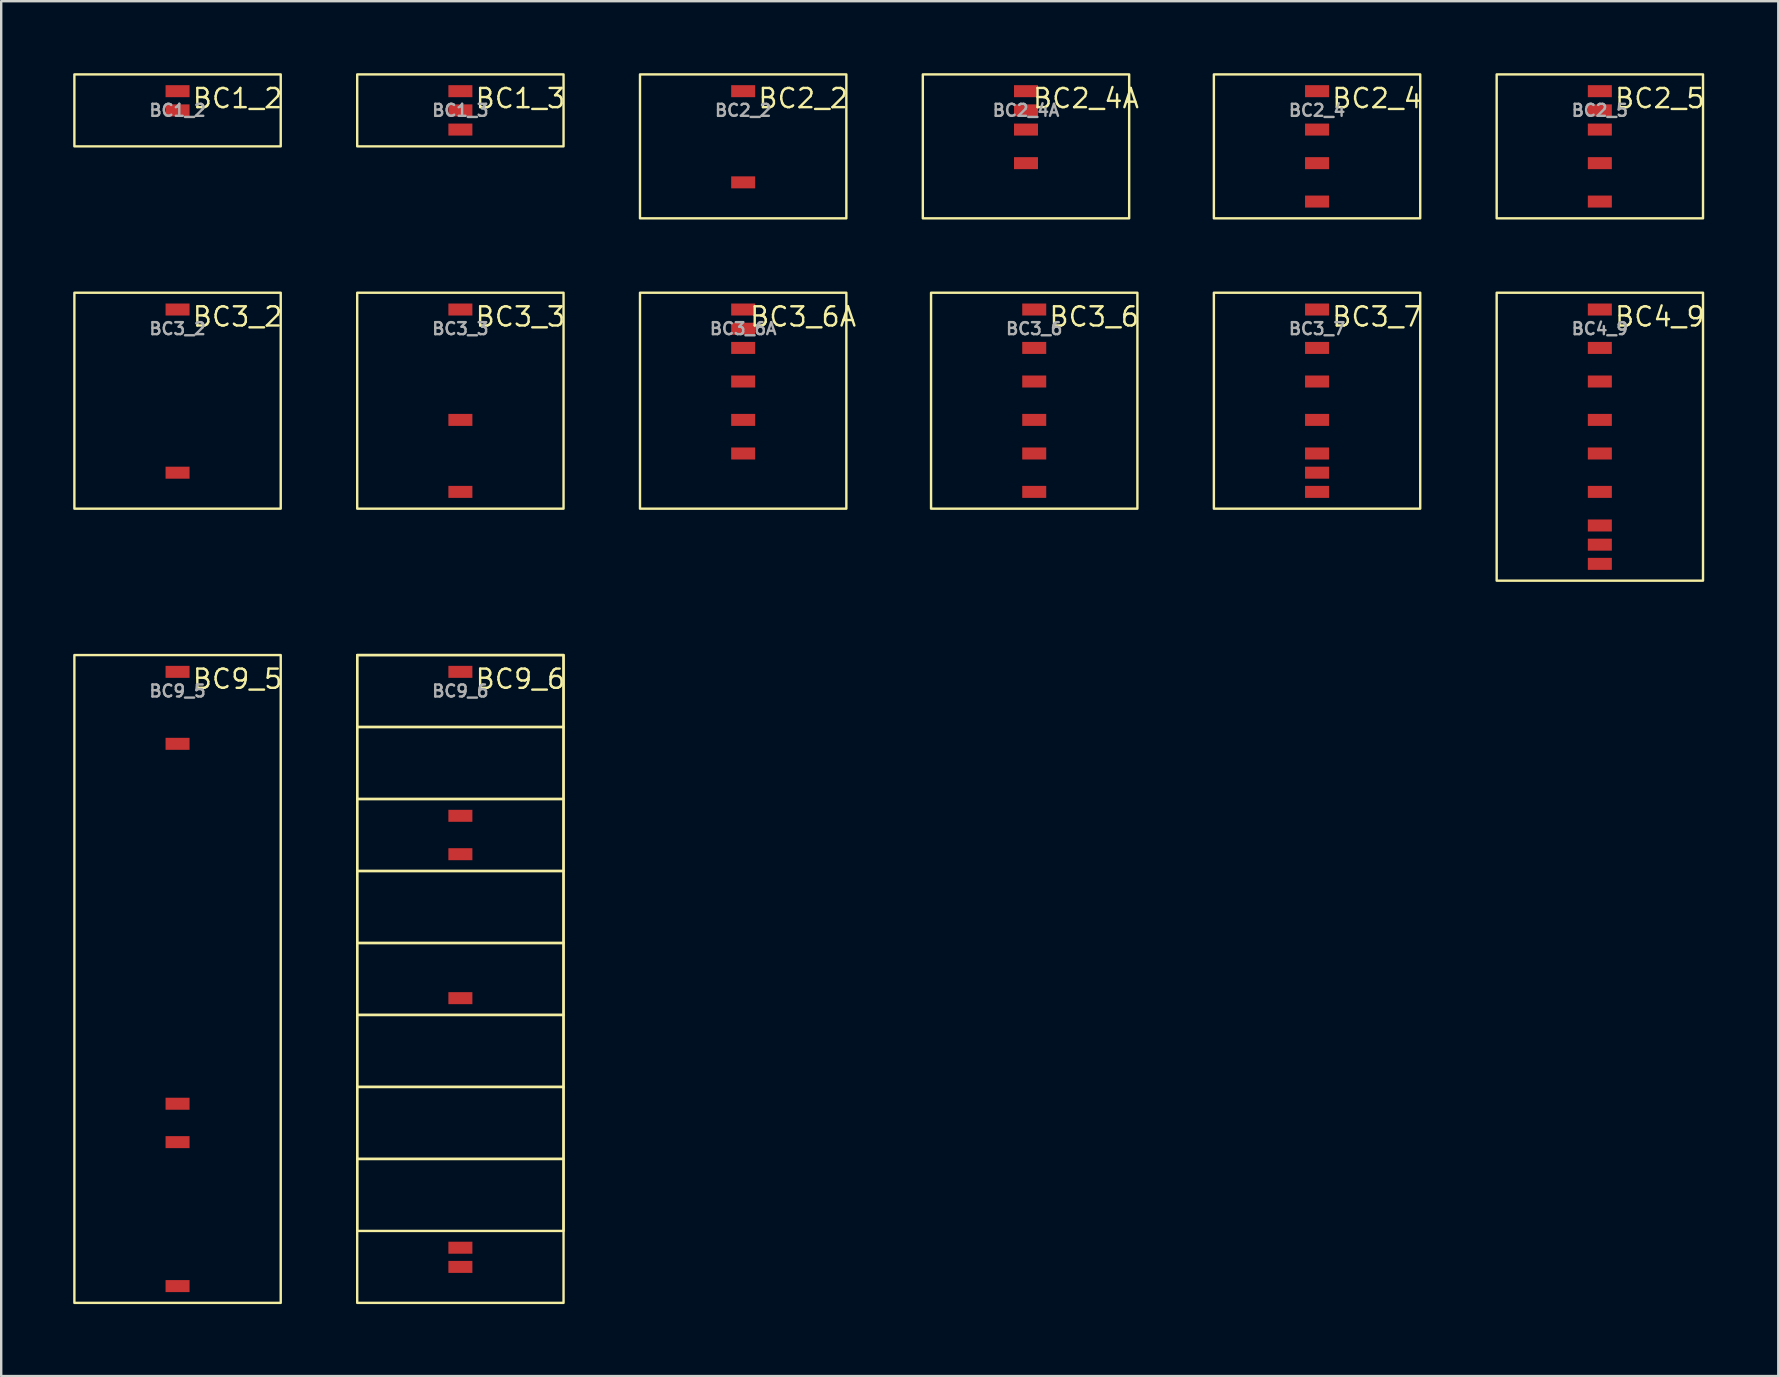
<source format=kicad_pcb>
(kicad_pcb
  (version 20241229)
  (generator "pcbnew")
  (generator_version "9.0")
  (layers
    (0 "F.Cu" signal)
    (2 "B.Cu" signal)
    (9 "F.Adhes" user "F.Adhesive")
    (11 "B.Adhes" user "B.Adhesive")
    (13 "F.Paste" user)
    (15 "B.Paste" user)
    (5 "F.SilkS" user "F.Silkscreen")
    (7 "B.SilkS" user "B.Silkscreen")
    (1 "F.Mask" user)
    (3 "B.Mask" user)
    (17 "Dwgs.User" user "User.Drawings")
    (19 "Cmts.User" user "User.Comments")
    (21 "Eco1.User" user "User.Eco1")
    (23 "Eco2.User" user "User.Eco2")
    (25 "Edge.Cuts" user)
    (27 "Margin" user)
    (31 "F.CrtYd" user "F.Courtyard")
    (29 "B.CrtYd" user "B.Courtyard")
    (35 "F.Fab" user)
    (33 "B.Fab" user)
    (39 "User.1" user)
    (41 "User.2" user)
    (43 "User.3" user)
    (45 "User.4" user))
  (footprint "BC4_9"
    (layer "F.Cu")
    (at 63.626 10.65)
    (property "Reference" "BC4_9" (at 2.5 -0.5 0) (unlocked yes) (layer "F.SilkS") (effects (font (size 0.8 0.8) (thickness 0.1))))
    (attr smd)
    (fp_rect (start -4.3 -1.5) (end 4.3 10.5) (stroke (width 0.1) (type default)) (fill no) (layer "F.SilkS"))
    (fp_text user "${REFERENCE}" (at 0 0 0) (unlocked yes) (layer "F.Fab") (effects (font (size 0.5 0.5) (thickness 0.1) (bold yes))))
    (pad "1" smd rect (at 0 -0.8) (size 1 0.5) (layers "F.Cu" "F.Mask" "F.Paste"))
    (pad "2" smd rect (at 0 0.8) (size 1 0.5) (layers "F.Cu" "F.Mask" "F.Paste"))
    (pad "3" smd rect (at 0 2.2) (size 1 0.5) (layers "F.Cu" "F.Mask" "F.Paste"))
    (pad "4" smd rect (at 0 3.8) (size 1 0.5) (layers "F.Cu" "F.Mask" "F.Paste"))
    (pad "5" smd rect (at 0 5.2) (size 1 0.5) (layers "F.Cu" "F.Mask" "F.Paste"))
    (pad "6" smd rect (at 0 6.8) (size 1 0.5) (layers "F.Cu" "F.Mask" "F.Paste"))
    (pad "7" smd rect (at 0 8.2) (size 1 0.5) (layers "F.Cu" "F.Mask" "F.Paste"))
    (pad "8" smd rect (at 0 9) (size 1 0.5) (layers "F.Cu" "F.Mask" "F.Paste"))
    (pad "9" smd rect (at 0 9.8) (size 1 0.5) (layers "F.Cu" "F.Mask" "F.Paste")))
  (footprint "BC3_3"
    (layer "F.Cu")
    (at 16.137 10.65)
    (property "Reference" "BC3_3" (at 2.5 -0.5 0) (unlocked yes) (layer "F.SilkS") (effects (font (size 0.8 0.8) (thickness 0.1))))
    (attr smd)
    (fp_rect (start -4.3 -1.5) (end 4.3 7.5) (stroke (width 0.1) (type default)) (fill no) (layer "F.SilkS"))
    (fp_text user "${REFERENCE}" (at 0 0 0) (unlocked yes) (layer "F.Fab") (effects (font (size 0.5 0.5) (thickness 0.1) (bold yes))))
    (pad "1" smd rect (at 0 -0.8) (size 1 0.5) (layers "F.Cu" "F.Mask" "F.Paste"))
    (pad "2" smd rect (at 0 3.8) (size 1 0.5) (layers "F.Cu" "F.Mask" "F.Paste"))
    (pad "3" smd rect (at 0 6.8) (size 1 0.5) (layers "F.Cu" "F.Mask" "F.Paste")))
  (footprint "BC2_4"
    (layer "F.Cu")
    (at 51.84 1.55)
    (property "Reference" "BC2_4" (at 2.5 -0.5 0) (unlocked yes) (layer "F.SilkS") (effects (font (size 0.8 0.8) (thickness 0.1))))
    (attr smd)
    (fp_rect (start -4.3 -1.5) (end 4.3 4.5) (stroke (width 0.1) (type default)) (fill no) (layer "F.SilkS"))
    (fp_text user "${REFERENCE}" (at 0 0 0) (unlocked yes) (layer "F.Fab") (effects (font (size 0.5 0.5) (thickness 0.1) (bold yes))))
    (pad "1" smd rect (at 0 -0.8) (size 1 0.5) (layers "F.Cu" "F.Mask" "F.Paste"))
    (pad "2" smd rect (at 0 0.8) (size 1 0.5) (layers "F.Cu" "F.Mask" "F.Paste"))
    (pad "3" smd rect (at 0 2.2) (size 1 0.5) (layers "F.Cu" "F.Mask" "F.Paste"))
    (pad "4" smd rect (at 0 3.8) (size 1 0.5) (layers "F.Cu" "F.Mask" "F.Paste")))
  (footprint "BC2_5"
    (layer "F.Cu")
    (at 63.626 1.55)
    (property "Reference" "BC2_5" (at 2.5 -0.5 0) (unlocked yes) (layer "F.SilkS") (effects (font (size 0.8 0.8) (thickness 0.1))))
    (attr smd)
    (fp_rect (start -4.3 -1.5) (end 4.3 4.5) (stroke (width 0.1) (type default)) (fill no) (layer "F.SilkS"))
    (fp_text user "${REFERENCE}" (at 0 0 0) (unlocked yes) (layer "F.Fab") (effects (font (size 0.5 0.5) (thickness 0.1) (bold yes))))
    (pad "1" smd rect (at 0 -0.8) (size 1 0.5) (layers "F.Cu" "F.Mask" "F.Paste"))
    (pad "2" smd rect (at 0 0) (size 1 0.5) (layers "F.Cu" "F.Mask" "F.Paste"))
    (pad "3" smd rect (at 0 0.8) (size 1 0.5) (layers "F.Cu" "F.Mask" "F.Paste"))
    (pad "4" smd rect (at 0 2.2) (size 1 0.5) (layers "F.Cu" "F.Mask" "F.Paste"))
    (pad "5" smd rect (at 0 3.8) (size 1 0.5) (layers "F.Cu" "F.Mask" "F.Paste")))
  (footprint "BC3_2"
    (layer "F.Cu")
    (at 4.35 10.65)
    (property "Reference" "BC3_2" (at 2.5 -0.5 0) (unlocked yes) (layer "F.SilkS") (effects (font (size 0.8 0.8) (thickness 0.1))))
    (attr smd)
    (fp_rect (start -4.3 -1.5) (end 4.3 7.5) (stroke (width 0.1) (type default)) (fill no) (layer "F.SilkS"))
    (fp_text user "${REFERENCE}" (at 0 0 0) (unlocked yes) (layer "F.Fab") (effects (font (size 0.5 0.5) (thickness 0.1) (bold yes))))
    (pad "1" smd rect (at 0 -0.8) (size 1 0.5) (layers "F.Cu" "F.Mask" "F.Paste"))
    (pad "2" smd rect (at 0 6) (size 1 0.5) (layers "F.Cu" "F.Mask" "F.Paste")))
  (footprint "BC9_6"
    (layer "F.Cu")
    (at 16.137 25.75)
    (property "Reference" "BC9_6" (at 2.5 -0.5 0) (unlocked yes) (layer "F.SilkS") (effects (font (size 0.8 0.8) (thickness 0.1))))
    (attr smd)
    (fp_rect (start -4.3 -1.5) (end 4.3 1.5) (stroke (width 0.1) (type default)) (fill no) (layer "F.SilkS"))
    (fp_rect (start -4.3 -1.5) (end 4.3 25.5) (stroke (width 0.1) (type default)) (fill no) (layer "F.SilkS"))
    (fp_rect (start -4.3 1.5) (end 4.3 4.5) (stroke (width 0.1) (type default)) (fill no) (layer "F.SilkS"))
    (fp_rect (start -4.3 4.5) (end 4.3 7.5) (stroke (width 0.1) (type default)) (fill no) (layer "F.SilkS"))
    (fp_rect (start -4.3 7.5) (end 4.3 10.5) (stroke (width 0.1) (type default)) (fill no) (layer "F.SilkS"))
    (fp_rect (start -4.3 10.5) (end 4.3 13.5) (stroke (width 0.1) (type default)) (fill no) (layer "F.SilkS"))
    (fp_rect (start -4.3 13.5) (end 4.3 16.5) (stroke (width 0.1) (type default)) (fill no) (layer "F.SilkS"))
    (fp_rect (start -4.3 16.5) (end 4.3 19.5) (stroke (width 0.1) (type default)) (fill no) (layer "F.SilkS"))
    (fp_rect (start -4.3 19.5) (end 4.3 22.5) (stroke (width 0.1) (type default)) (fill no) (layer "F.SilkS"))
    (fp_text user "${REFERENCE}" (at 0 0 0) (unlocked yes) (layer "F.Fab") (effects (font (size 0.5 0.5) (thickness 0.1) (bold yes))))
    (pad "1" smd rect (at 0 -0.8) (size 1 0.5) (layers "F.Cu" "F.Mask" "F.Paste"))
    (pad "2" smd rect (at 0 5.2) (size 1 0.5) (layers "F.Cu" "F.Mask" "F.Paste"))
    (pad "3" smd rect (at 0 6.8) (size 1 0.5) (layers "F.Cu" "F.Mask" "F.Paste"))
    (pad "4" smd rect (at 0 12.8) (size 1 0.5) (layers "F.Cu" "F.Mask" "F.Paste"))
    (pad "5" smd rect (at 0 23.2) (size 1 0.5) (layers "F.Cu" "F.Mask" "F.Paste"))
    (pad "6" smd rect (at 0 24) (size 1 0.5) (layers "F.Cu" "F.Mask" "F.Paste")))
  (footprint "BC2_2"
    (layer "F.Cu")
    (at 27.923 1.55)
    (property "Reference" "BC2_2" (at 2.5 -0.5 0) (unlocked yes) (layer "F.SilkS") (effects (font (size 0.8 0.8) (thickness 0.1))))
    (attr smd)
    (fp_rect (start -4.3 -1.5) (end 4.3 4.5) (stroke (width 0.1) (type default)) (fill no) (layer "F.SilkS"))
    (fp_text user "${REFERENCE}" (at 0 0 0) (unlocked yes) (layer "F.Fab") (effects (font (size 0.5 0.5) (thickness 0.1) (bold yes))))
    (pad "1" smd rect (at 0 -0.8) (size 1 0.5) (layers "F.Cu" "F.Mask" "F.Paste"))
    (pad "2" smd rect (at 0 3) (size 1 0.5) (layers "F.Cu" "F.Mask" "F.Paste")))
  (footprint "BC3_7"
    (layer "F.Cu")
    (at 51.84 10.65)
    (property "Reference" "BC3_7" (at 2.5 -0.5 0) (unlocked yes) (layer "F.SilkS") (effects (font (size 0.8 0.8) (thickness 0.1))))
    (attr smd)
    (fp_rect (start -4.3 -1.5) (end 4.3 7.5) (stroke (width 0.1) (type default)) (fill no) (layer "F.SilkS"))
    (fp_text user "${REFERENCE}" (at 0 0 0) (unlocked yes) (layer "F.Fab") (effects (font (size 0.5 0.5) (thickness 0.1) (bold yes))))
    (pad "1" smd rect (at 0 -0.8) (size 1 0.5) (layers "F.Cu" "F.Mask" "F.Paste"))
    (pad "2" smd rect (at 0 0.8) (size 1 0.5) (layers "F.Cu" "F.Mask" "F.Paste"))
    (pad "3" smd rect (at 0 2.2) (size 1 0.5) (layers "F.Cu" "F.Mask" "F.Paste"))
    (pad "4" smd rect (at 0 3.8) (size 1 0.5) (layers "F.Cu" "F.Mask" "F.Paste"))
    (pad "5" smd rect (at 0 5.2) (size 1 0.5) (layers "F.Cu" "F.Mask" "F.Paste"))
    (pad "6" smd rect (at 0 6) (size 1 0.5) (layers "F.Cu" "F.Mask" "F.Paste"))
    (pad "7" smd rect (at 0 6.8) (size 1 0.5) (layers "F.Cu" "F.Mask" "F.Paste")))
  (footprint "BC1_2"
    (layer "F.Cu")
    (at 4.35 1.55)
    (property "Reference" "BC1_2" (at 2.5 -0.5 0) (unlocked yes) (layer "F.SilkS") (effects (font (size 0.8 0.8) (thickness 0.1))))
    (attr smd)
    (fp_rect (start -4.3 -1.5) (end 4.3 1.5) (stroke (width 0.1) (type default)) (fill no) (layer "F.SilkS"))
    (fp_text user "${REFERENCE}" (at 0 0 0) (unlocked yes) (layer "F.Fab") (effects (font (size 0.5 0.5) (thickness 0.1) (bold yes))))
    (pad "1" smd rect (at 0 -0.8) (size 1 0.5) (layers "F.Cu" "F.Mask" "F.Paste"))
    (pad "2" smd rect (at 0 0) (size 1 0.5) (layers "F.Cu" "F.Mask" "F.Paste")))
  (footprint "BC3_6"
    (layer "F.Cu")
    (at 40.053 10.65)
    (property "Reference" "BC3_6" (at 2.5 -0.5 0) (unlocked yes) (layer "F.SilkS") (effects (font (size 0.8 0.8) (thickness 0.1))))
    (attr smd)
    (fp_rect (start -4.3 -1.5) (end 4.3 7.5) (stroke (width 0.1) (type default)) (fill no) (layer "F.SilkS"))
    (fp_text user "${REFERENCE}" (at 0 0 0) (unlocked yes) (layer "F.Fab") (effects (font (size 0.5 0.5) (thickness 0.1) (bold yes))))
    (pad "1" smd rect (at 0 -0.8) (size 1 0.5) (layers "F.Cu" "F.Mask" "F.Paste"))
    (pad "2" smd rect (at 0 0.8) (size 1 0.5) (layers "F.Cu" "F.Mask" "F.Paste"))
    (pad "3" smd rect (at 0 2.2) (size 1 0.5) (layers "F.Cu" "F.Mask" "F.Paste"))
    (pad "4" smd rect (at 0 3.8) (size 1 0.5) (layers "F.Cu" "F.Mask" "F.Paste"))
    (pad "5" smd rect (at 0 5.2) (size 1 0.5) (layers "F.Cu" "F.Mask" "F.Paste"))
    (pad "6" smd rect (at 0 6.8) (size 1 0.5) (layers "F.Cu" "F.Mask" "F.Paste")))
  (footprint "BC2_4A"
    (layer "F.Cu")
    (at 39.71 1.55)
    (property "Reference" "BC2_4A" (at 2.5 -0.5 0) (unlocked yes) (layer "F.SilkS") (effects (font (size 0.8 0.8) (thickness 0.1))))
    (attr smd)
    (fp_rect (start -4.3 -1.5) (end 4.3 4.5) (stroke (width 0.1) (type default)) (fill no) (layer "F.SilkS"))
    (fp_text user "${REFERENCE}" (at 0 0 0) (unlocked yes) (layer "F.Fab") (effects (font (size 0.5 0.5) (thickness 0.1) (bold yes))))
    (pad "1" smd rect (at 0 -0.8) (size 1 0.5) (layers "F.Cu" "F.Mask" "F.Paste"))
    (pad "2" smd rect (at 0 0) (size 1 0.5) (layers "F.Cu" "F.Mask" "F.Paste"))
    (pad "3" smd rect (at 0 0.8) (size 1 0.5) (layers "F.Cu" "F.Mask" "F.Paste"))
    (pad "4" smd rect (at 0 2.2) (size 1 0.5) (layers "F.Cu" "F.Mask" "F.Paste")))
  (footprint "BC1_3"
    (layer "F.Cu")
    (at 16.137 1.55)
    (property "Reference" "BC1_3" (at 2.5 -0.5 0) (unlocked yes) (layer "F.SilkS") (effects (font (size 0.8 0.8) (thickness 0.1))))
    (attr smd)
    (fp_rect (start -4.3 -1.5) (end 4.3 1.5) (stroke (width 0.1) (type default)) (fill no) (layer "F.SilkS"))
    (fp_text user "${REFERENCE}" (at 0 0 0) (unlocked yes) (layer "F.Fab") (effects (font (size 0.5 0.5) (thickness 0.1) (bold yes))))
    (pad "1" smd rect (at 0 -0.8) (size 1 0.5) (layers "F.Cu" "F.Mask" "F.Paste"))
    (pad "2" smd rect (at 0 0) (size 1 0.5) (layers "F.Cu" "F.Mask" "F.Paste"))
    (pad "3" smd rect (at 0 0.8) (size 1 0.5) (layers "F.Cu" "F.Mask" "F.Paste")))
  (footprint "BC3_6A"
    (layer "F.Cu")
    (at 27.923 10.65)
    (property "Reference" "BC3_6A" (at 2.5 -0.5 0) (unlocked yes) (layer "F.SilkS") (effects (font (size 0.8 0.8) (thickness 0.1))))
    (attr smd)
    (fp_rect (start -4.3 -1.5) (end 4.3 7.5) (stroke (width 0.1) (type default)) (fill no) (layer "F.SilkS"))
    (fp_text user "${REFERENCE}" (at 0 0 0) (unlocked yes) (layer "F.Fab") (effects (font (size 0.5 0.5) (thickness 0.1) (bold yes))))
    (pad "1" smd rect (at 0 -0.8) (size 1 0.5) (layers "F.Cu" "F.Mask" "F.Paste"))
    (pad "2" smd rect (at 0 0) (size 1 0.5) (layers "F.Cu" "F.Mask" "F.Paste"))
    (pad "3" smd rect (at 0 0.8) (size 1 0.5) (layers "F.Cu" "F.Mask" "F.Paste"))
    (pad "4" smd rect (at 0 2.2) (size 1 0.5) (layers "F.Cu" "F.Mask" "F.Paste"))
    (pad "5" smd rect (at 0 3.8) (size 1 0.5) (layers "F.Cu" "F.Mask" "F.Paste"))
    (pad "6" smd rect (at 0 5.2) (size 1 0.5) (layers "F.Cu" "F.Mask" "F.Paste")))
  (footprint "BC9_5"
    (layer "F.Cu")
    (at 4.35 25.75)
    (property "Reference" "BC9_5" (at 2.5 -0.5 0) (unlocked yes) (layer "F.SilkS") (effects (font (size 0.8 0.8) (thickness 0.1))))
    (attr smd)
    (fp_rect (start -4.3 -1.5) (end 4.3 25.5) (stroke (width 0.1) (type default)) (fill no) (layer "F.SilkS"))
    (fp_text user "${REFERENCE}" (at 0 0 0) (unlocked yes) (layer "F.Fab") (effects (font (size 0.5 0.5) (thickness 0.1) (bold yes))))
    (pad "1" smd rect (at 0 -0.8) (size 1 0.5) (layers "F.Cu" "F.Mask" "F.Paste"))
    (pad "2" smd rect (at 0 2.2) (size 1 0.5) (layers "F.Cu" "F.Mask" "F.Paste"))
    (pad "3" smd rect (at 0 17.2) (size 1 0.5) (layers "F.Cu" "F.Mask" "F.Paste"))
    (pad "4" smd rect (at 0 18.8) (size 1 0.5) (layers "F.Cu" "F.Mask" "F.Paste"))
    (pad "5" smd rect (at 0 24.8) (size 1 0.5) (layers "F.Cu" "F.Mask" "F.Paste")))
  (gr_rect
    (start -3 -3)
    (end 71.063 54.3)
    (stroke (width 0.1) (type default))
    (fill no)
    (layer "Edge.Cuts")))
</source>
